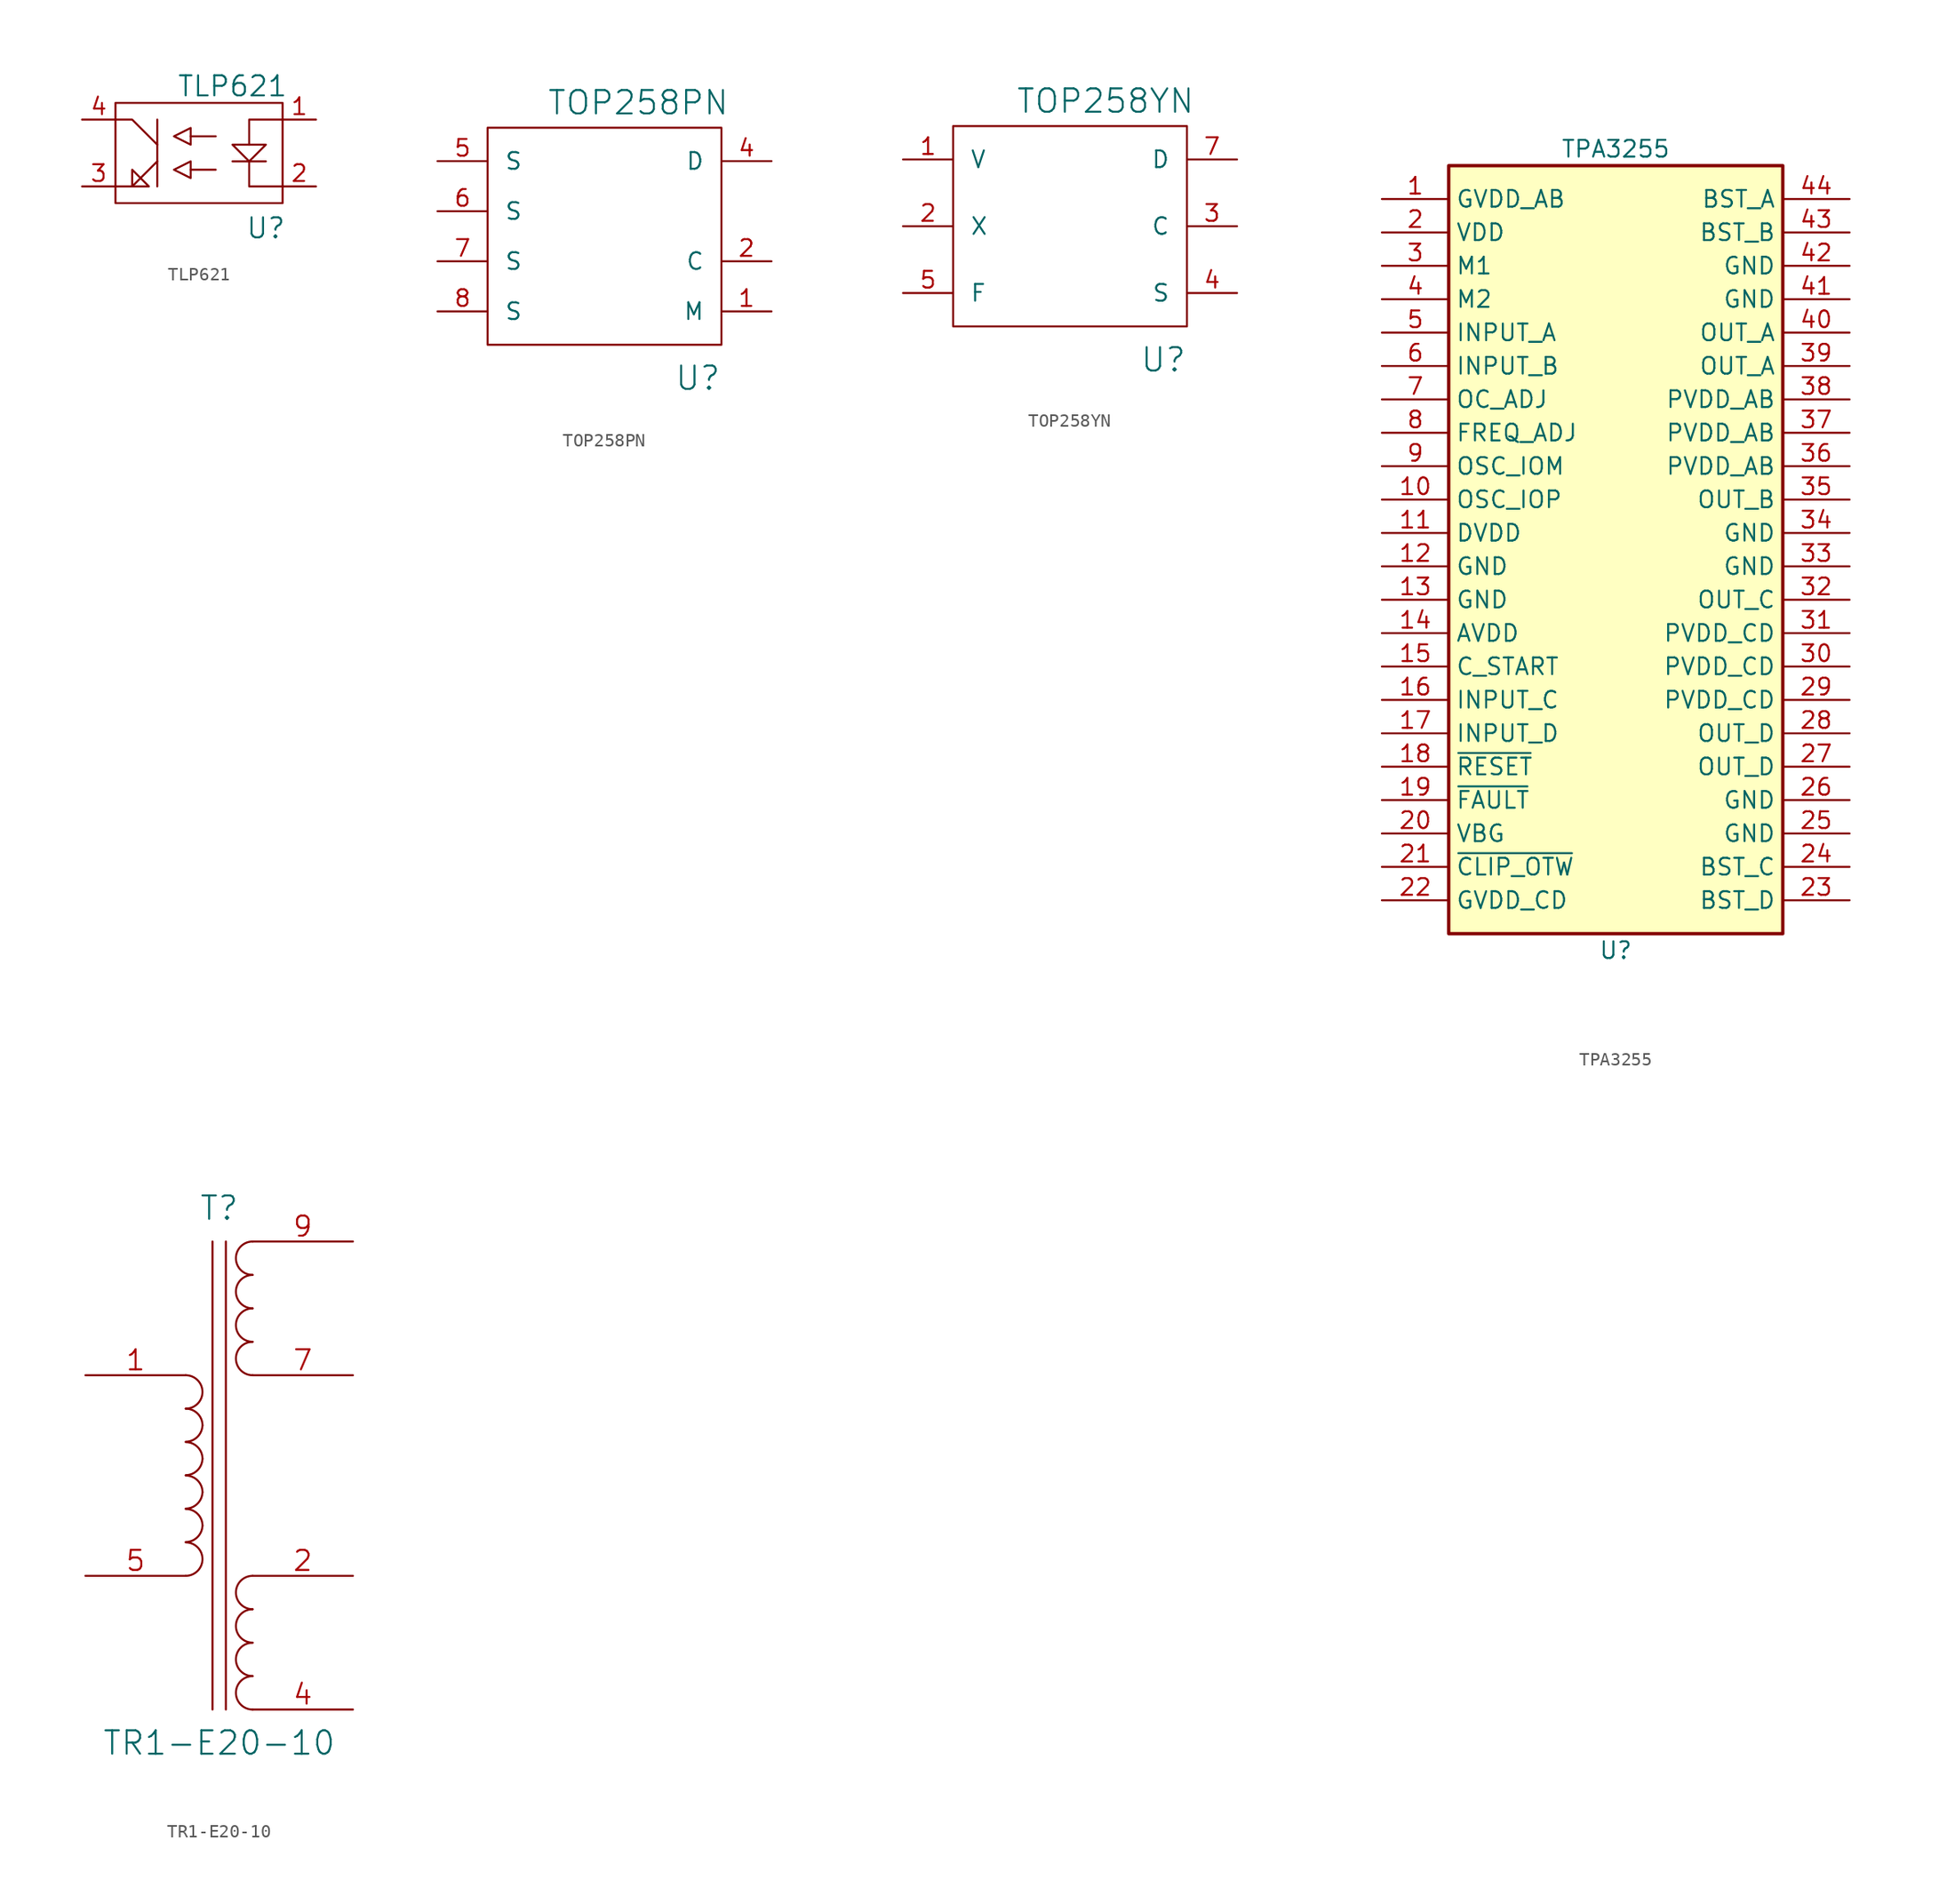
<source format=kicad_sym>
(kicad_symbol_lib
  (version 20211014)
  (generator kicad_symbol_editor)
  (symbol "TLP621"
    (pin_names
      (offset 1.016) hide)
    (property "Reference" "U"
      (at 0 -4.445 0)
      (effects (font (size 1.524 1.524))))
    (property "Value" "TLP621"
      (at -2.54 6.35 0)
      (effects (font (size 1.524 1.524))))
    (property "Footprint" ""
      (at 0 0 0)
      (effects (font (size 1.524 1.524))))
    (property "Datasheet" ""
      (at 0 0 0)
      (effects (font (size 1.524 1.524))))
    (symbol "TLP621_0_1"
      (rectangle (start -11.43 5.08) (end 1.27 -2.54) (stroke (width 0) (type default) (color 0 0 0 0)) (fill (type none)))
      (polyline (pts (xy -8.255 -1.27) (xy -8.255 3.81)) (stroke (width 0) (type default) (color 0 0 0 0)) (fill (type none)))
      (polyline (pts (xy -3.81 0) (xy -5.715 0)) (stroke (width 0) (type default) (color 0 0 0 0)) (fill (type none)))
      (polyline (pts (xy -3.81 2.54) (xy -5.715 2.54)) (stroke (width 0) (type default) (color 0 0 0 0)) (fill (type none)))
      (polyline (pts (xy -2.54 0.635) (xy 0 0.635)) (stroke (width 0) (type default) (color 0 0 0 0)) (fill (type none)))
      (polyline (pts (xy -8.255 0.635) (xy -10.16 -1.27) (xy -11.43 -1.27)) (stroke (width 0) (type default) (color 0 0 0 0)) (fill (type none)))
      (polyline (pts (xy -8.255 1.905) (xy -10.16 3.81) (xy -11.43 3.81)) (stroke (width 0) (type default) (color 0 0 0 0)) (fill (type none)))
      (polyline (pts (xy -1.27 0.635) (xy -1.27 -1.27) (xy 1.27 -1.27)) (stroke (width 0) (type default) (color 0 0 0 0)) (fill (type none)))
      (polyline (pts (xy -1.27 1.905) (xy -1.27 3.81) (xy 1.27 3.81)) (stroke (width 0) (type default) (color 0 0 0 0)) (fill (type none)))
      (polyline (pts (xy -8.89 -1.27) (xy -10.16 0) (xy -10.16 -1.27) (xy -8.89 -1.27)) (stroke (width 0) (type default) (color 0 0 0 0)) (fill (type none)))
      (polyline (pts (xy -5.715 0.635) (xy -5.715 -0.635) (xy -6.985 0) (xy -5.715 0.635)) (stroke (width 0) (type default) (color 0 0 0 0)) (fill (type none)))
      (polyline (pts (xy -5.715 1.905) (xy -5.715 3.175) (xy -6.985 2.54) (xy -5.715 1.905)) (stroke (width 0) (type default) (color 0 0 0 0)) (fill (type none)))
      (polyline (pts (xy 0 1.905) (xy -2.54 1.905) (xy -1.27 0.635) (xy 0 1.905)) (stroke (width 0) (type default) (color 0 0 0 0)) (fill (type none))))
    (symbol "TLP621_1_1"
      (pin input line (at 3.81 3.81 180) (length 2.54) (name "~" (effects (font (size 1.27 1.27)))) (number "1" (effects (font (size 1.27 1.27)))))
      (pin input line (at 3.81 -1.27 180) (length 2.54) (name "~" (effects (font (size 1.27 1.27)))) (number "2" (effects (font (size 1.27 1.27)))))
      (pin input line (at -13.97 -1.27 0) (length 2.54) (name "~" (effects (font (size 1.27 1.27)))) (number "3" (effects (font (size 1.27 1.27)))))
      (pin input line (at -13.97 3.81 0) (length 2.54) (name "~" (effects (font (size 1.27 1.27)))) (number "4" (effects (font (size 1.27 1.27)))))))
  (symbol "TOP258PN"
    (pin_names
      (offset 1.27))
    (property "Reference" "U"
      (at 8.89 -11.43 0)
      (effects (font (size 1.778 1.778)) (justify right)))
    (property "Value" "TOP258PN"
      (at 9.525 9.525 0)
      (effects (font (size 1.778 1.778)) (justify right)))
    (property "Footprint" ""
      (at 0 0 0)
      (effects (font (size 1.524 1.524))))
    (property "Datasheet" ""
      (at 0 0 0)
      (effects (font (size 1.524 1.524))))
    (symbol "TOP258PN_0_1"
      (rectangle (start -8.89 -8.89) (end 8.89 7.62) (stroke (width 0) (type default) (color 0 0 0 0)) (fill (type none))))
    (symbol "TOP258PN_1_1"
      (pin input line (at 12.7 -6.35 180) (length 3.81) (name "M" (effects (font (size 1.27 1.27)))) (number "1" (effects (font (size 1.27 1.27)))))
      (pin input line (at 12.7 -2.54 180) (length 3.81) (name "C" (effects (font (size 1.27 1.27)))) (number "2" (effects (font (size 1.27 1.27)))))
      (pin open_collector line (at 12.7 5.08 180) (length 3.81) (name "D" (effects (font (size 1.27 1.27)))) (number "4" (effects (font (size 1.27 1.27)))))
      (pin power_in line (at -12.7 5.08 0) (length 3.81) (name "S" (effects (font (size 1.27 1.27)))) (number "5" (effects (font (size 1.27 1.27)))))
      (pin power_in line (at -12.7 1.27 0) (length 3.81) (name "S" (effects (font (size 1.27 1.27)))) (number "6" (effects (font (size 1.27 1.27)))))
      (pin power_in line (at -12.7 -2.54 0) (length 3.81) (name "S" (effects (font (size 1.27 1.27)))) (number "7" (effects (font (size 1.27 1.27)))))
      (pin power_in line (at -12.7 -6.35 0) (length 3.81) (name "S" (effects (font (size 1.27 1.27)))) (number "8" (effects (font (size 1.27 1.27)))))))
  (symbol "TOP258YN"
    (pin_names
      (offset 1.27))
    (property "Reference" "U"
      (at 8.89 -10.16 0)
      (effects (font (size 1.778 1.778)) (justify right)))
    (property "Value" "TOP258YN"
      (at 9.525 9.525 0)
      (effects (font (size 1.778 1.778)) (justify right)))
    (property "Footprint" ""
      (at 0 0 0)
      (effects (font (size 1.524 1.524))))
    (property "Datasheet" ""
      (at 0 0 0)
      (effects (font (size 1.524 1.524))))
    (symbol "TOP258YN_0_1"
      (rectangle (start -8.89 -7.62) (end 8.89 7.62) (stroke (width 0) (type default) (color 0 0 0 0)) (fill (type none))))
    (symbol "TOP258YN_1_1"
      (pin input line (at -12.7 5.08 0) (length 3.81) (name "V" (effects (font (size 1.27 1.27)))) (number "1" (effects (font (size 1.27 1.27)))))
      (pin input line (at -12.7 0 0) (length 3.81) (name "X" (effects (font (size 1.27 1.27)))) (number "2" (effects (font (size 1.27 1.27)))))
      (pin input line (at 12.7 0 180) (length 3.81) (name "C" (effects (font (size 1.27 1.27)))) (number "3" (effects (font (size 1.27 1.27)))))
      (pin power_out line (at 12.7 -5.08 180) (length 3.81) (name "S" (effects (font (size 1.27 1.27)))) (number "4" (effects (font (size 1.27 1.27)))))
      (pin input line (at -12.7 -5.08 0) (length 3.81) (name "F" (effects (font (size 1.27 1.27)))) (number "5" (effects (font (size 1.27 1.27)))))
      (pin power_in line (at 12.7 5.08 180) (length 3.81) (name "D" (effects (font (size 1.27 1.27)))) (number "7" (effects (font (size 1.27 1.27)))))))
  (symbol "TPA3255"
    (property "Reference" "U"
      (at 0 -29.21 0)
      (effects (font (size 1.27 1.27))))
    (property "Value" "TPA3255"
      (at 0 31.75 0)
      (effects (font (size 1.27 1.27))))
    (symbol "TPA3255_0_1"
      (rectangle (start -12.7 30.48) (end 12.7 -27.94) (stroke (width 0.254) (type default) (color 0 0 0 0)) (fill (type background))))
    (symbol "TPA3255_1_1"
      (pin power_in line (at -17.78 27.94 0) (length 5.08) (name "GVDD_AB" (effects (font (size 1.27 1.27)))) (number "1" (effects (font (size 1.27 1.27)))))
      (pin bidirectional line (at -17.78 5.08 0) (length 5.08) (name "OSC_IOP" (effects (font (size 1.27 1.27)))) (number "10" (effects (font (size 1.27 1.27)))))
      (pin power_in line (at -17.78 2.54 0) (length 5.08) (name "DVDD" (effects (font (size 1.27 1.27)))) (number "11" (effects (font (size 1.27 1.27)))))
      (pin power_in line (at -17.78 0 0) (length 5.08) (name "GND" (effects (font (size 1.27 1.27)))) (number "12" (effects (font (size 1.27 1.27)))))
      (pin power_in line (at -17.78 -2.54 0) (length 5.08) (name "GND" (effects (font (size 1.27 1.27)))) (number "13" (effects (font (size 1.27 1.27)))))
      (pin power_in line (at -17.78 -5.08 0) (length 5.08) (name "AVDD" (effects (font (size 1.27 1.27)))) (number "14" (effects (font (size 1.27 1.27)))))
      (pin input line (at -17.78 -7.62 0) (length 5.08) (name "C_START" (effects (font (size 1.27 1.27)))) (number "15" (effects (font (size 1.27 1.27)))))
      (pin input line (at -17.78 -10.16 0) (length 5.08) (name "INPUT_C" (effects (font (size 1.27 1.27)))) (number "16" (effects (font (size 1.27 1.27)))))
      (pin input line (at -17.78 -12.7 0) (length 5.08) (name "INPUT_D" (effects (font (size 1.27 1.27)))) (number "17" (effects (font (size 1.27 1.27)))))
      (pin input line (at -17.78 -15.24 0) (length 5.08) (name "~{RESET}" (effects (font (size 1.27 1.27)))) (number "18" (effects (font (size 1.27 1.27)))))
      (pin output line (at -17.78 -17.78 0) (length 5.08) (name "~{FAULT}" (effects (font (size 1.27 1.27)))) (number "19" (effects (font (size 1.27 1.27)))))
      (pin power_in line (at -17.78 25.4 0) (length 5.08) (name "VDD" (effects (font (size 1.27 1.27)))) (number "2" (effects (font (size 1.27 1.27)))))
      (pin passive line (at -17.78 -20.32 0) (length 5.08) (name "VBG" (effects (font (size 1.27 1.27)))) (number "20" (effects (font (size 1.27 1.27)))))
      (pin output line (at -17.78 -22.86 0) (length 5.08) (name "~{CLIP_OTW}" (effects (font (size 1.27 1.27)))) (number "21" (effects (font (size 1.27 1.27)))))
      (pin power_in line (at -17.78 -25.4 0) (length 5.08) (name "GVDD_CD" (effects (font (size 1.27 1.27)))) (number "22" (effects (font (size 1.27 1.27)))))
      (pin passive line (at 17.78 -25.4 180) (length 5.08) (name "BST_D" (effects (font (size 1.27 1.27)))) (number "23" (effects (font (size 1.27 1.27)))))
      (pin passive line (at 17.78 -22.86 180) (length 5.08) (name "BST_C" (effects (font (size 1.27 1.27)))) (number "24" (effects (font (size 1.27 1.27)))))
      (pin power_in line (at 17.78 -20.32 180) (length 5.08) (name "GND" (effects (font (size 1.27 1.27)))) (number "25" (effects (font (size 1.27 1.27)))))
      (pin power_in line (at 17.78 -17.78 180) (length 5.08) (name "GND" (effects (font (size 1.27 1.27)))) (number "26" (effects (font (size 1.27 1.27)))))
      (pin power_out line (at 17.78 -15.24 180) (length 5.08) (name "OUT_D" (effects (font (size 1.27 1.27)))) (number "27" (effects (font (size 1.27 1.27)))))
      (pin power_out line (at 17.78 -12.7 180) (length 5.08) (name "OUT_D" (effects (font (size 1.27 1.27)))) (number "28" (effects (font (size 1.27 1.27)))))
      (pin power_in line (at 17.78 -10.16 180) (length 5.08) (name "PVDD_CD" (effects (font (size 1.27 1.27)))) (number "29" (effects (font (size 1.27 1.27)))))
      (pin input line (at -17.78 22.86 0) (length 5.08) (name "M1" (effects (font (size 1.27 1.27)))) (number "3" (effects (font (size 1.27 1.27)))))
      (pin power_in line (at 17.78 -7.62 180) (length 5.08) (name "PVDD_CD" (effects (font (size 1.27 1.27)))) (number "30" (effects (font (size 1.27 1.27)))))
      (pin power_in line (at 17.78 -5.08 180) (length 5.08) (name "PVDD_CD" (effects (font (size 1.27 1.27)))) (number "31" (effects (font (size 1.27 1.27)))))
      (pin power_out line (at 17.78 -2.54 180) (length 5.08) (name "OUT_C" (effects (font (size 1.27 1.27)))) (number "32" (effects (font (size 1.27 1.27)))))
      (pin power_in line (at 17.78 0 180) (length 5.08) (name "GND" (effects (font (size 1.27 1.27)))) (number "33" (effects (font (size 1.27 1.27)))))
      (pin power_in line (at 17.78 2.54 180) (length 5.08) (name "GND" (effects (font (size 1.27 1.27)))) (number "34" (effects (font (size 1.27 1.27)))))
      (pin power_out line (at 17.78 5.08 180) (length 5.08) (name "OUT_B" (effects (font (size 1.27 1.27)))) (number "35" (effects (font (size 1.27 1.27)))))
      (pin power_in line (at 17.78 7.62 180) (length 5.08) (name "PVDD_AB" (effects (font (size 1.27 1.27)))) (number "36" (effects (font (size 1.27 1.27)))))
      (pin power_in line (at 17.78 10.16 180) (length 5.08) (name "PVDD_AB" (effects (font (size 1.27 1.27)))) (number "37" (effects (font (size 1.27 1.27)))))
      (pin power_in line (at 17.78 12.7 180) (length 5.08) (name "PVDD_AB" (effects (font (size 1.27 1.27)))) (number "38" (effects (font (size 1.27 1.27)))))
      (pin power_out line (at 17.78 15.24 180) (length 5.08) (name "OUT_A" (effects (font (size 1.27 1.27)))) (number "39" (effects (font (size 1.27 1.27)))))
      (pin input line (at -17.78 20.32 0) (length 5.08) (name "M2" (effects (font (size 1.27 1.27)))) (number "4" (effects (font (size 1.27 1.27)))))
      (pin power_out line (at 17.78 17.78 180) (length 5.08) (name "OUT_A" (effects (font (size 1.27 1.27)))) (number "40" (effects (font (size 1.27 1.27)))))
      (pin power_in line (at 17.78 20.32 180) (length 5.08) (name "GND" (effects (font (size 1.27 1.27)))) (number "41" (effects (font (size 1.27 1.27)))))
      (pin power_in line (at 17.78 22.86 180) (length 5.08) (name "GND" (effects (font (size 1.27 1.27)))) (number "42" (effects (font (size 1.27 1.27)))))
      (pin passive line (at 17.78 25.4 180) (length 5.08) (name "BST_B" (effects (font (size 1.27 1.27)))) (number "43" (effects (font (size 1.27 1.27)))))
      (pin passive line (at 17.78 27.94 180) (length 5.08) (name "BST_A" (effects (font (size 1.27 1.27)))) (number "44" (effects (font (size 1.27 1.27)))))
      (pin input line (at -17.78 17.78 0) (length 5.08) (name "INPUT_A" (effects (font (size 1.27 1.27)))) (number "5" (effects (font (size 1.27 1.27)))))
      (pin input line (at -17.78 15.24 0) (length 5.08) (name "INPUT_B" (effects (font (size 1.27 1.27)))) (number "6" (effects (font (size 1.27 1.27)))))
      (pin input line (at -17.78 12.7 0) (length 5.08) (name "OC_ADJ" (effects (font (size 1.27 1.27)))) (number "7" (effects (font (size 1.27 1.27)))))
      (pin input line (at -17.78 10.16 0) (length 5.08) (name "FREQ_ADJ" (effects (font (size 1.27 1.27)))) (number "8" (effects (font (size 1.27 1.27)))))
      (pin bidirectional line (at -17.78 7.62 0) (length 5.08) (name "OSC_IOM" (effects (font (size 1.27 1.27)))) (number "9" (effects (font (size 1.27 1.27)))))))
  (symbol "TR1-E20-10"
    (pin_names
      (offset 1.016) hide)
    (property "Reference" "T"
      (at 0 20.32 0)
      (effects (font (size 1.778 1.778))))
    (property "Value" "TR1-E20-10"
      (at 0 -20.32 0)
      (effects (font (size 1.778 1.778))))
    (property "Footprint" ""
      (at 0 0 0)
      (effects (font (size 1.524 1.524))))
    (property "Datasheet" ""
      (at 0 0 0)
      (effects (font (size 1.524 1.524))))
    (symbol "TR1-E20-10_0_1"
      (arc (start -2.54 -7.62) (mid -1.27 -6.35) (end -2.54 -5.08) (stroke (width 0) (type default) (color 0 0 0 0)) (fill (type none)))
      (arc (start -2.54 -5.0546) (mid -1.6599 -4.6901) (end -1.27 -3.81) (stroke (width 0) (type default) (color 0 0 0 0)) (fill (type none)))
      (arc (start -2.54 -2.5146) (mid -1.6599 -2.1501) (end -1.27 -1.27) (stroke (width 0) (type default) (color 0 0 0 0)) (fill (type none)))
      (arc (start -2.54 0.0254) (mid -1.6599 0.3899) (end -1.27 1.27) (stroke (width 0) (type default) (color 0 0 0 0)) (fill (type none)))
      (arc (start -2.54 2.5654) (mid -1.6599 2.9299) (end -1.27 3.81) (stroke (width 0) (type default) (color 0 0 0 0)) (fill (type none)))
      (arc (start -2.54 5.08) (mid -1.27 6.35) (end -2.54 7.62) (stroke (width 0) (type default) (color 0 0 0 0)) (fill (type none)))
      (arc (start -1.27 -3.81) (mid -1.642 -2.912) (end -2.54 -2.54) (stroke (width 0) (type default) (color 0 0 0 0)) (fill (type none)))
      (arc (start -1.27 -1.27) (mid -1.642 -0.372) (end -2.54 0) (stroke (width 0) (type default) (color 0 0 0 0)) (fill (type none)))
      (arc (start -1.27 1.27) (mid -1.642 2.168) (end -2.54 2.54) (stroke (width 0) (type default) (color 0 0 0 0)) (fill (type none)))
      (arc (start -1.27 3.81) (mid -1.642 4.708) (end -2.54 5.08) (stroke (width 0) (type default) (color 0 0 0 0)) (fill (type none)))
      (polyline (pts (xy -0.508 -17.78) (xy -0.508 17.78)) (stroke (width 0) (type default) (color 0 0 0 0)) (fill (type none)))
      (polyline (pts (xy 0.508 17.78) (xy 0.508 -17.78)) (stroke (width 0) (type default) (color 0 0 0 0)) (fill (type none)))
      (arc (start 2.54 -15.24) (mid 1.27 -16.51) (end 2.54 -17.78) (stroke (width 0) (type default) (color 0 0 0 0)) (fill (type none)))
      (arc (start 2.54 -12.7) (mid 1.27 -13.97) (end 2.54 -15.24) (stroke (width 0) (type default) (color 0 0 0 0)) (fill (type none)))
      (arc (start 2.54 -10.16) (mid 1.27 -11.43) (end 2.54 -12.7) (stroke (width 0) (type default) (color 0 0 0 0)) (fill (type none)))
      (arc (start 2.54 -7.62) (mid 1.27 -8.89) (end 2.54 -10.16) (stroke (width 0) (type default) (color 0 0 0 0)) (fill (type none)))
      (arc (start 2.54 10.16) (mid 1.27 8.89) (end 2.54 7.62) (stroke (width 0) (type default) (color 0 0 0 0)) (fill (type none)))
      (arc (start 2.54 12.7) (mid 1.27 11.43) (end 2.54 10.16) (stroke (width 0) (type default) (color 0 0 0 0)) (fill (type none)))
      (arc (start 2.54 15.24) (mid 1.27 13.97) (end 2.54 12.7) (stroke (width 0) (type default) (color 0 0 0 0)) (fill (type none)))
      (arc (start 2.54 17.78) (mid 1.27 16.51) (end 2.54 15.24) (stroke (width 0) (type default) (color 0 0 0 0)) (fill (type none))))
    (symbol "TR1-E20-10_1_1"
      (pin passive line (at -10.16 7.62 0) (length 7.62) (name "AA" (effects (font (size 1.524 1.524)))) (number "1" (effects (font (size 1.524 1.524)))))
      (pin no_connect line (at 10.16 -3.81 180) (length 7.62) hide (name "~" (effects (font (size 1.524 1.524)))) (number "10" (effects (font (size 1.524 1.524)))))
      (pin passive line (at 10.16 -7.62 180) (length 7.62) (name "SC" (effects (font (size 1.524 1.524)))) (number "2" (effects (font (size 1.524 1.524)))))
      (pin no_connect line (at 10.16 3.81 180) (length 7.62) hide (name "~" (effects (font (size 1.524 1.524)))) (number "3" (effects (font (size 1.524 1.524)))))
      (pin passive line (at 10.16 -17.78 180) (length 7.62) (name "SD" (effects (font (size 1.524 1.524)))) (number "4" (effects (font (size 1.524 1.524)))))
      (pin passive line (at -10.16 -7.62 0) (length 7.62) (name "AB" (effects (font (size 1.524 1.524)))) (number "5" (effects (font (size 1.524 1.524)))))
      (pin no_connect line (at 10.16 1.27 180) (length 7.62) hide (name "~" (effects (font (size 1.524 1.524)))) (number "6" (effects (font (size 1.524 1.524)))))
      (pin passive line (at 10.16 7.62 180) (length 7.62) (name "SB" (effects (font (size 1.524 1.524)))) (number "7" (effects (font (size 1.524 1.524)))))
      (pin no_connect line (at 10.16 -1.27 180) (length 7.62) hide (name "~" (effects (font (size 1.524 1.524)))) (number "8" (effects (font (size 1.524 1.524)))))
      (pin passive line (at 10.16 17.78 180) (length 7.62) (name "SA" (effects (font (size 1.524 1.524)))) (number "9" (effects (font (size 1.524 1.524))))))))
</source>
